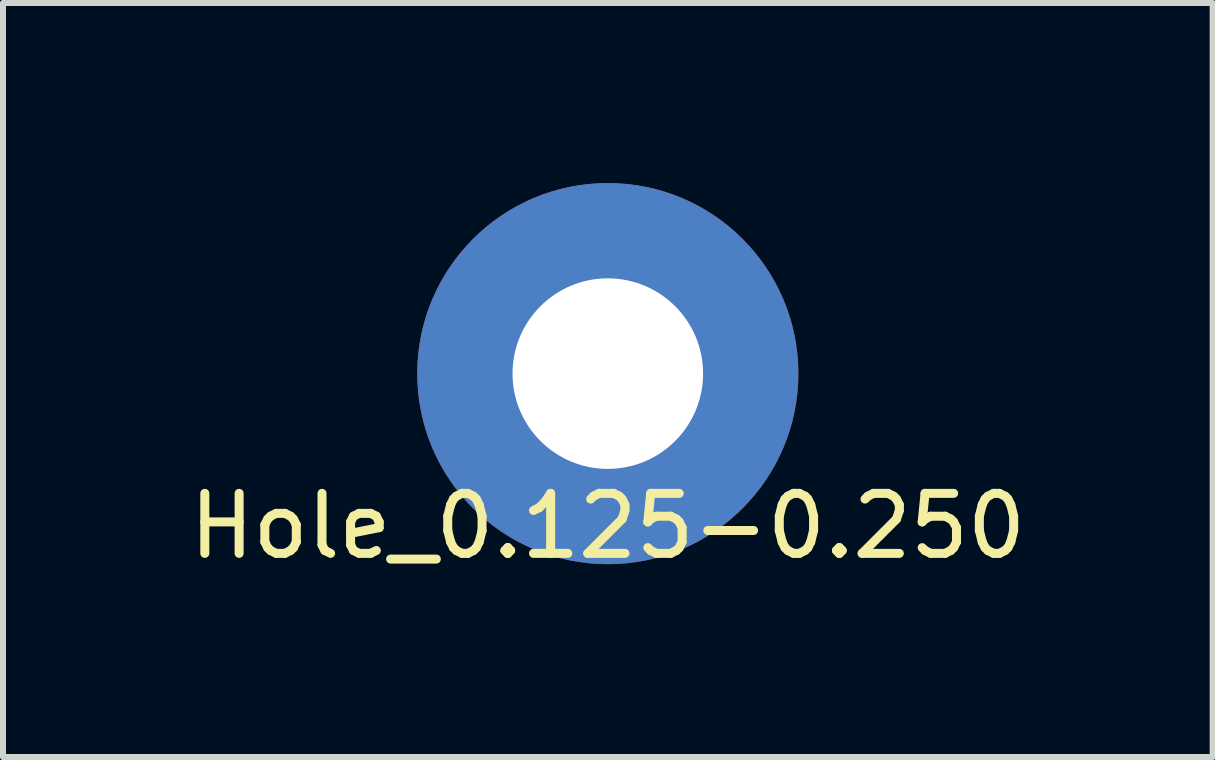
<source format=kicad_pcb>
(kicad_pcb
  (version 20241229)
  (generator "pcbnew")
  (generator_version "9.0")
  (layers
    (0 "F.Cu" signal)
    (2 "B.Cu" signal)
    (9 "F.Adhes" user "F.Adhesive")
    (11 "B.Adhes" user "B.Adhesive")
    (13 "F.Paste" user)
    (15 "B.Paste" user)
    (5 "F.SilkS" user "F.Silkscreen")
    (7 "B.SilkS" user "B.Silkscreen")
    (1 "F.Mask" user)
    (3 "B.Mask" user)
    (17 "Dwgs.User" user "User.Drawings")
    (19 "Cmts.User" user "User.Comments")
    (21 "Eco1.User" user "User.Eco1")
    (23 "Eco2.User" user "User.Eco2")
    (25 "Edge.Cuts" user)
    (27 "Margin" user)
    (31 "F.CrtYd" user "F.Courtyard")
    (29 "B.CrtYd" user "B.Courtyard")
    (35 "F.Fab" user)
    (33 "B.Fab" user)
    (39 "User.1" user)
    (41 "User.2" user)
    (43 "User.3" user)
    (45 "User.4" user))
  (footprint "Hole_0.125-0.250"
    (layer "F.Cu")
    (at 7.077 3.175)
    (property "Reference" "Hole_0.125-0.250" (at 0 2.54 0) (layer "F.SilkS") (effects (font (size 1 1) (thickness 0.15))))
    (attr through_hole)
    (pad "" np_thru_hole circle (at 0 0) (size 6.35 6.35) (drill 3.175) (layers "*.Cu" "*.Mask")))
  (gr_rect
    (start -3 -3)
    (end 17.155 9.563)
    (stroke (width 0.1) (type default))
    (fill no)
    (layer "Edge.Cuts")))
</source>
